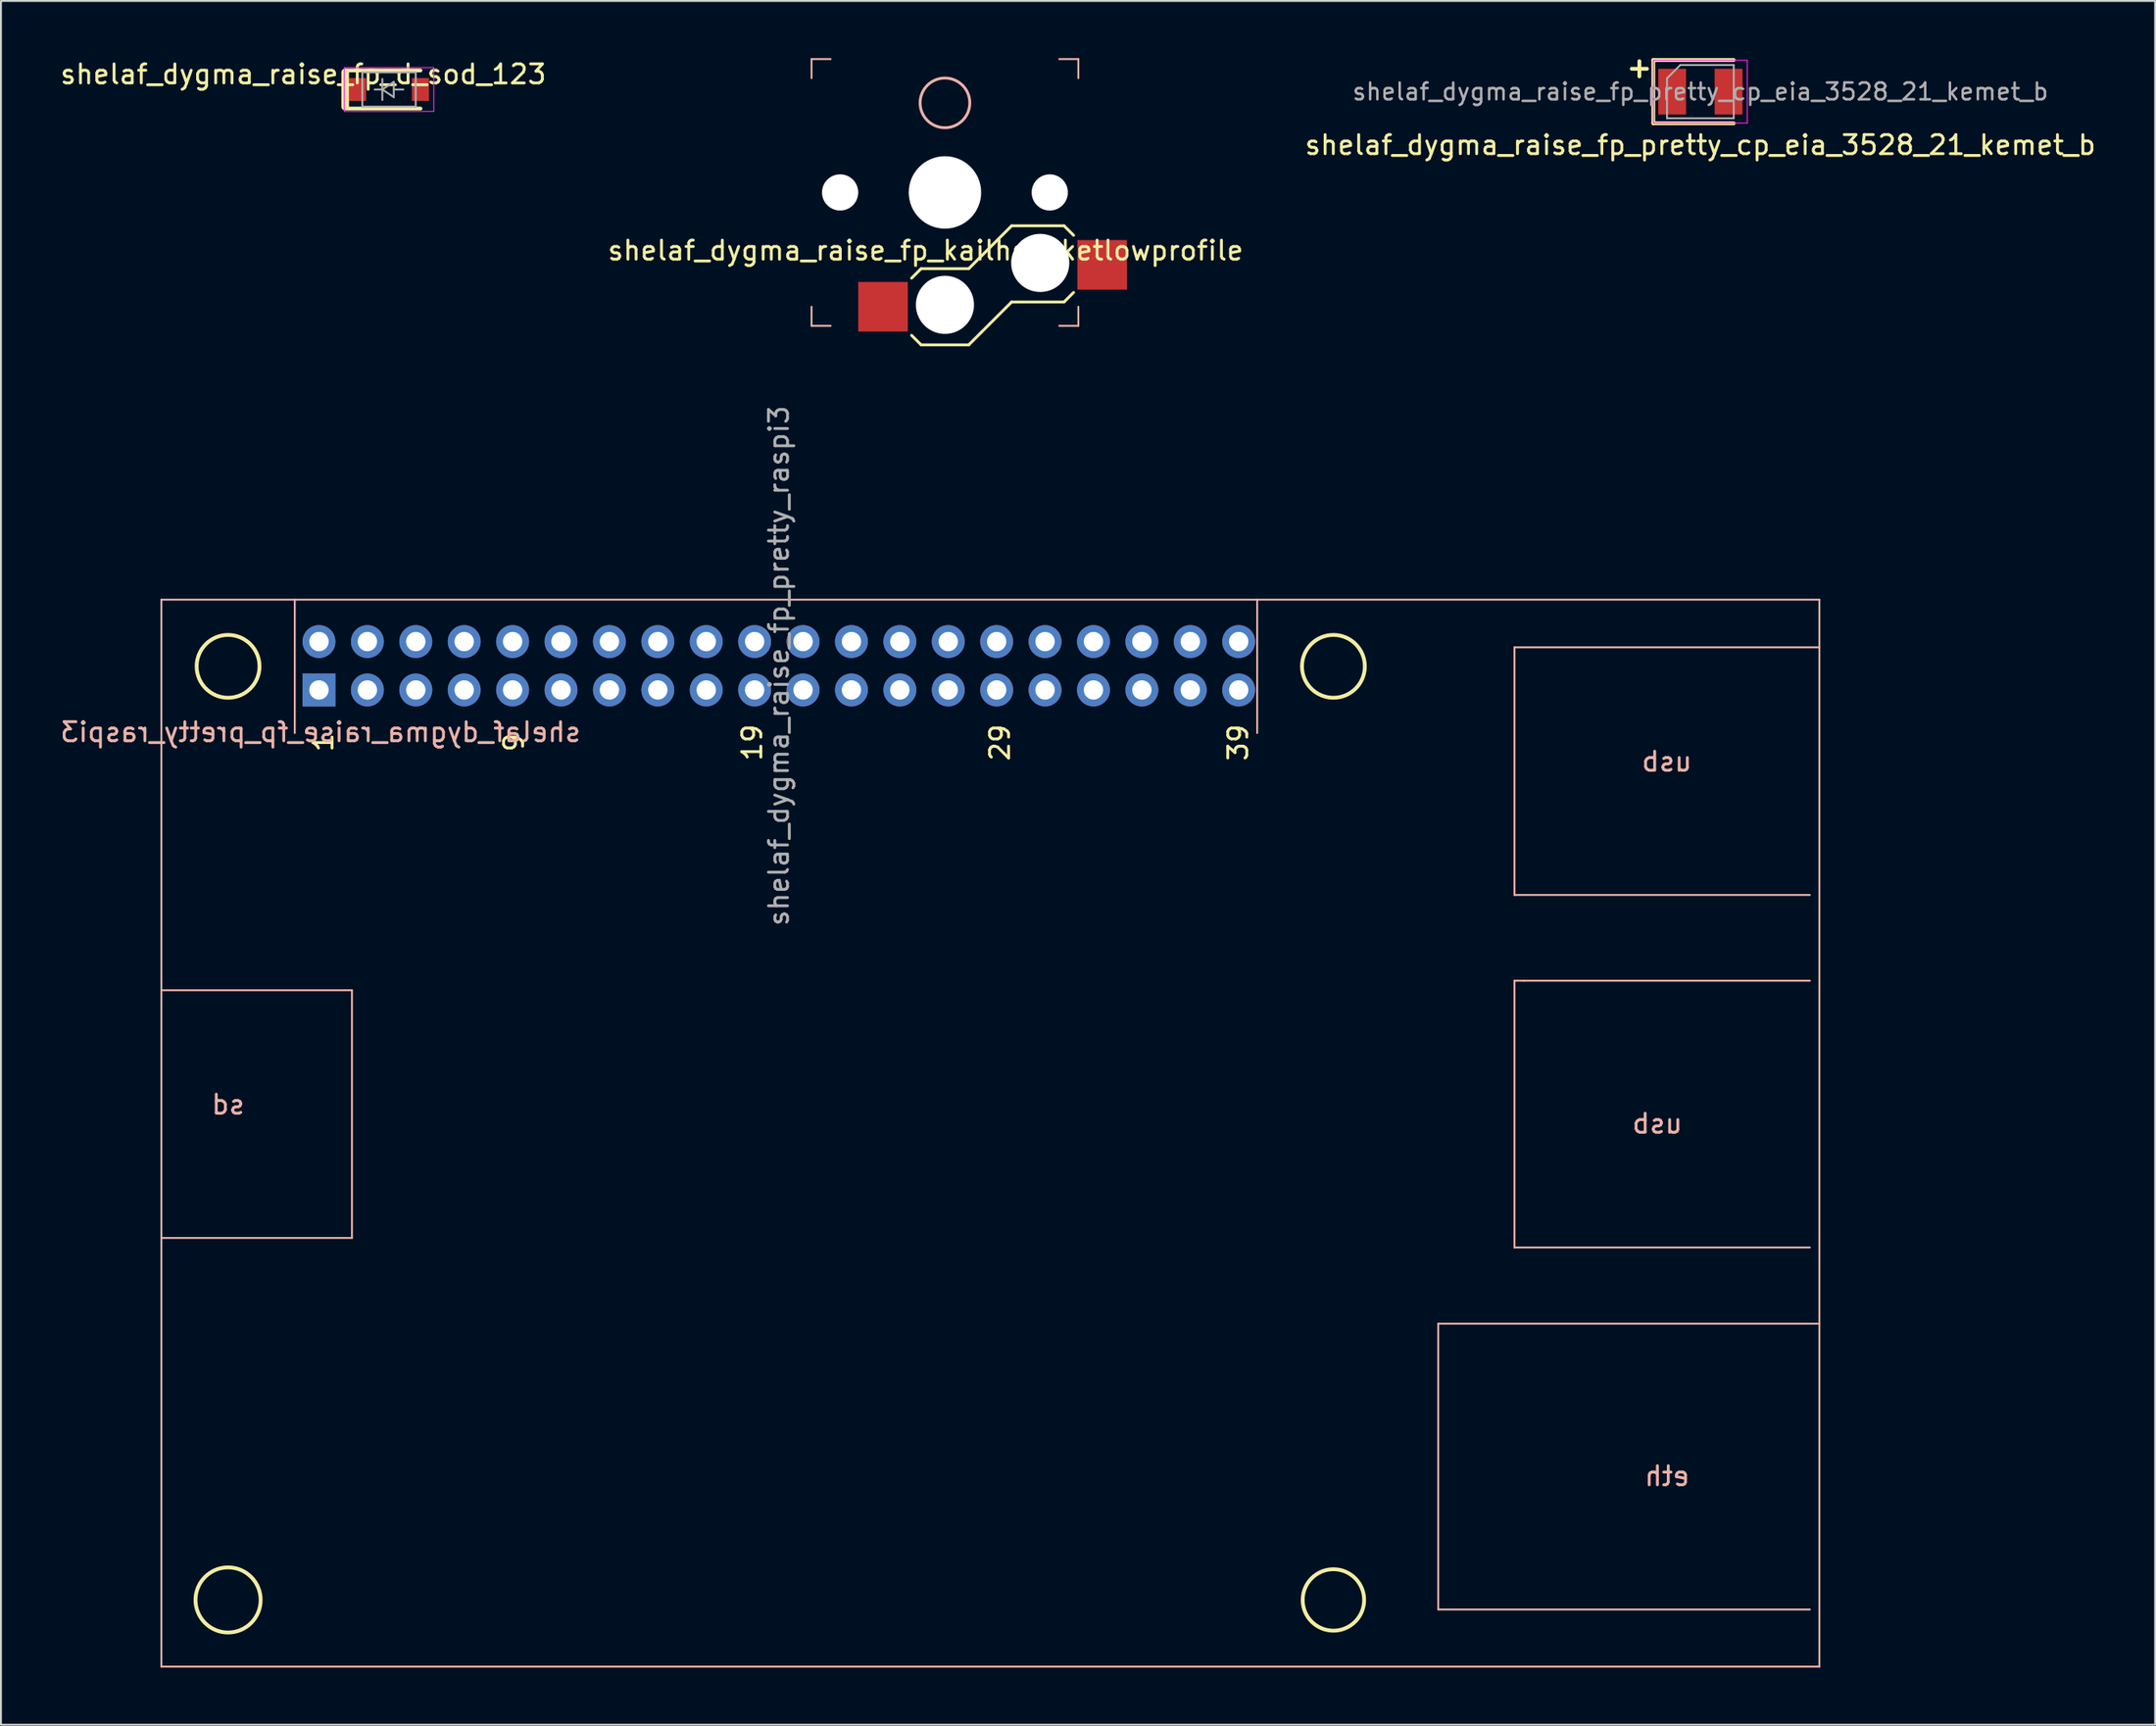
<source format=kicad_pcb>
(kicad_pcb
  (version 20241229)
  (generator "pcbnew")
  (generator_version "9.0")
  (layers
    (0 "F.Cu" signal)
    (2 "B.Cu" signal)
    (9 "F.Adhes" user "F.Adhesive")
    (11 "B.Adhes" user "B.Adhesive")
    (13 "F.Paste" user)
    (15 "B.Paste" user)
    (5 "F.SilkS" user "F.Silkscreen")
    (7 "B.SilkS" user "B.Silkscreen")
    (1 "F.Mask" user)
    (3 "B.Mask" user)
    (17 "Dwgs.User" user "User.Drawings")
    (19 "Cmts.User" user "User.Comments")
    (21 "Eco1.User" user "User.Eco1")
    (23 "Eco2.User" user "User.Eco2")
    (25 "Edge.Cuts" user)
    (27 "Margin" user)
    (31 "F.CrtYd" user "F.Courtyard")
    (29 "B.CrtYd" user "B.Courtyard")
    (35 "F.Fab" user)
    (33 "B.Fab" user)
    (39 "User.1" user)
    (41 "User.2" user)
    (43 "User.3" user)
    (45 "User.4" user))
  (footprint "shelaf_dygma_raise_fp_kailhsocketlowprofile"
    (layer "F.Cu")
    (at 46.534 7.05)
    (property "Reference" "shelaf_dygma_raise_fp_kailhsocketlowprofile" (at -1.016 3.048 0) (layer "F.SilkS") (effects (font (size 1 1) (thickness 0.15))))
    (attr smd)
    (fp_line (start -1.75 4.5) (end -1.25 4) (stroke (width 0.15) (type solid)) (layer "F.SilkS"))
    (fp_line (start -1.25 4) (end 1.25 4) (stroke (width 0.15) (type solid)) (layer "F.SilkS"))
    (fp_line (start -1.25 8) (end -1.75 7.5) (stroke (width 0.15) (type solid)) (layer "F.SilkS"))
    (fp_line (start 1.25 4) (end 3.5 1.75) (stroke (width 0.15) (type solid)) (layer "F.SilkS"))
    (fp_line (start 1.25 8) (end -1.25 8) (stroke (width 0.15) (type solid)) (layer "F.SilkS"))
    (fp_line (start 3.5 1.75) (end 6.25 1.75) (stroke (width 0.15) (type solid)) (layer "F.SilkS"))
    (fp_line (start 3.5 5.75) (end 1.25 8) (stroke (width 0.15) (type solid)) (layer "F.SilkS"))
    (fp_line (start 6.25 1.75) (end 6.75 2.25) (stroke (width 0.15) (type solid)) (layer "F.SilkS"))
    (fp_line (start 6.25 5.75) (end 3.5 5.75) (stroke (width 0.15) (type solid)) (layer "F.SilkS"))
    (fp_line (start 6.75 5.25) (end 6.25 5.75) (stroke (width 0.15) (type solid)) (layer "F.SilkS"))
    (fp_line (start -7 -7) (end -7 -6) (stroke (width 0.1) (type solid)) (layer "B.SilkS"))
    (fp_line (start -7 6) (end -7 7) (stroke (width 0.1) (type solid)) (layer "B.SilkS"))
    (fp_line (start -7 7) (end -6 7) (stroke (width 0.1) (type solid)) (layer "B.SilkS"))
    (fp_line (start -6 -7) (end -7 -7) (stroke (width 0.1) (type solid)) (layer "B.SilkS"))
    (fp_line (start 6 7) (end 7 7) (stroke (width 0.1) (type solid)) (layer "B.SilkS"))
    (fp_line (start 7 -7) (end 6 -7) (stroke (width 0.1) (type solid)) (layer "B.SilkS"))
    (fp_line (start 7 -6) (end 7 -7) (stroke (width 0.1) (type solid)) (layer "B.SilkS"))
    (fp_line (start 7 7) (end 7 6) (stroke (width 0.1) (type solid)) (layer "B.SilkS"))
    (fp_circle (center 0 -4.7) (end -0.7 -3.6) (stroke (width 0.15) (type solid)) (fill no) (layer "B.SilkS"))
    (pad "" np_thru_hole circle (at -5.5 0) (size 1.9 1.9) (drill 1.9) (layers "*.Cu" "*.Mask"))
    (pad "" np_thru_hole circle (at 0 0) (size 3.8 3.8) (drill 3.8) (layers "*.Cu" "*.Mask"))
    (pad "" np_thru_hole circle (at 0 5.9 180) (size 3.05 3.05) (drill 3.05) (layers "*.Cu" "*.Mask"))
    (pad "" np_thru_hole circle (at 5 3.7 180) (size 3.05 3.05) (drill 3.05) (layers "*.Cu" "*.Mask"))
    (pad "" np_thru_hole circle (at 5.5 0) (size 1.9 1.9) (drill 1.9) (layers "*.Cu" "*.Mask"))
    (pad "1" smd rect (at 8.25 3.8 180) (size 2.6 2.6) (layers "F.Cu" "F.Mask" "F.Paste"))
    (pad "2" smd rect (at -3.25 6 180) (size 2.6 2.6) (layers "F.Cu" "F.Mask" "F.Paste")))
  (footprint "shelaf_dygma_raise_fp_pretty_cp_eia_3528_21_kemet_b"
    (layer "F.Cu")
    (at 86.173 1.76)
    (property "Reference" "shelaf_dygma_raise_fp_pretty_cp_eia_3528_21_kemet_b" (at 0 2.8 0) (layer "F.SilkS") (effects (font (size 1 1) (thickness 0.15))))
    (attr smd)
    (fp_line (start -3.6 -1.2) (end -2.8 -1.2) (stroke (width 0.2) (type solid)) (layer "F.SilkS"))
    (fp_line (start -3.2 -1.6) (end -3.2 -0.8) (stroke (width 0.2) (type solid)) (layer "F.SilkS"))
    (fp_line (start -2.47 -1.66) (end -2.47 1.66) (stroke (width 0.2) (type solid)) (layer "F.SilkS"))
    (fp_line (start -2.47 1.66) (end 1.75 1.66) (stroke (width 0.2) (type solid)) (layer "F.SilkS"))
    (fp_line (start 1.75 -1.66) (end -2.47 -1.66) (stroke (width 0.2) (type solid)) (layer "F.SilkS"))
    (fp_line (start -2.46 -1.65) (end 2.46 -1.65) (stroke (width 0.05) (type solid)) (layer "F.CrtYd"))
    (fp_line (start -2.46 1.65) (end -2.46 -1.65) (stroke (width 0.05) (type solid)) (layer "F.CrtYd"))
    (fp_line (start 2.46 -1.65) (end 2.46 1.65) (stroke (width 0.05) (type solid)) (layer "F.CrtYd"))
    (fp_line (start 2.46 1.65) (end -2.46 1.65) (stroke (width 0.05) (type solid)) (layer "F.CrtYd"))
    (fp_line (start -1.75 -0.7) (end -1.75 1.4) (stroke (width 0.1) (type solid)) (layer "F.Fab"))
    (fp_line (start -1.75 1.4) (end 1.75 1.4) (stroke (width 0.1) (type solid)) (layer "F.Fab"))
    (fp_line (start -1.05 -1.4) (end -1.75 -0.7) (stroke (width 0.1) (type solid)) (layer "F.Fab"))
    (fp_line (start 1.75 -1.4) (end -1.05 -1.4) (stroke (width 0.1) (type solid)) (layer "F.Fab"))
    (fp_line (start 1.75 1.4) (end 1.75 -1.4) (stroke (width 0.1) (type solid)) (layer "F.Fab"))
    (fp_text user "${REFERENCE}" (at 0 0 0) (layer "F.Fab") (effects (font (size 0.88 0.88) (thickness 0.13))))
    (pad "1" smd rect (at -1.48 0) (size 1.46 2.4) (layers "F.Cu" "F.Mask" "F.Paste"))
    (pad "2" smd rect (at 1.48 0) (size 1.46 2.4) (layers "F.Cu" "F.Mask" "F.Paste")))
  (footprint "shelaf_dygma_raise_fp_d_sod_123"
    (layer "F.Cu")
    (at 17.363 1.648)
    (property "Reference" "shelaf_dygma_raise_fp_d_sod_123" (at -4.5 -0.8 0) (layer "F.SilkS") (effects (font (size 1 1) (thickness 0.15))))
    (attr smd)
    (fp_line (start -2.3 -0.9) (end -2.3 0.9) (stroke (width 0.4) (type solid)) (layer "F.SilkS"))
    (fp_line (start -2.25 -1) (end 1.65 -1) (stroke (width 0.2) (type solid)) (layer "F.SilkS"))
    (fp_line (start -2.25 1) (end 1.65 1) (stroke (width 0.2) (type solid)) (layer "F.SilkS"))
    (fp_line (start -2.35 -1.15) (end -2.35 1.15) (stroke (width 0.05) (type solid)) (layer "F.CrtYd"))
    (fp_line (start -2.35 -1.15) (end 2.35 -1.15) (stroke (width 0.05) (type solid)) (layer "F.CrtYd"))
    (fp_line (start 2.35 -1.15) (end 2.35 1.15) (stroke (width 0.05) (type solid)) (layer "F.CrtYd"))
    (fp_line (start 2.35 1.15) (end -2.35 1.15) (stroke (width 0.05) (type solid)) (layer "F.CrtYd"))
    (fp_line (start -1.4 -0.9) (end 1.4 -0.9) (stroke (width 0.1) (type solid)) (layer "F.Fab"))
    (fp_line (start -1.4 0.9) (end -1.4 -0.9) (stroke (width 0.1) (type solid)) (layer "F.Fab"))
    (fp_line (start -0.75 0) (end -0.35 0) (stroke (width 0.1) (type solid)) (layer "F.Fab"))
    (fp_line (start -0.35 0) (end -0.35 -0.55) (stroke (width 0.1) (type solid)) (layer "F.Fab"))
    (fp_line (start -0.35 0) (end -0.35 0.55) (stroke (width 0.1) (type solid)) (layer "F.Fab"))
    (fp_line (start -0.35 0) (end 0.25 -0.4) (stroke (width 0.1) (type solid)) (layer "F.Fab"))
    (fp_line (start 0.25 -0.4) (end 0.25 0.4) (stroke (width 0.1) (type solid)) (layer "F.Fab"))
    (fp_line (start 0.25 0) (end 0.75 0) (stroke (width 0.1) (type solid)) (layer "F.Fab"))
    (fp_line (start 0.25 0.4) (end -0.35 0) (stroke (width 0.1) (type solid)) (layer "F.Fab"))
    (fp_line (start 1.4 -0.9) (end 1.4 0.9) (stroke (width 0.1) (type solid)) (layer "F.Fab"))
    (fp_line (start 1.4 0.9) (end -1.4 0.9) (stroke (width 0.1) (type solid)) (layer "F.Fab"))
    (pad "1" smd rect (at -1.65 0) (size 0.9 1.2) (layers "F.Cu" "F.Mask" "F.Paste"))
    (pad "2" smd rect (at 1.65 0) (size 0.9 1.2) (layers "F.Cu" "F.Mask" "F.Paste")))
  (footprint "shelaf_dygma_raise_fp_pretty_raspi3"
    (layer "F.Cu")
    (at 8.918 31.923)
    (property "Reference" "shelaf_dygma_raise_fp_pretty_raspi3" (at 4.85 3.45 0) (layer "B.SilkS") (effects (font (size 1 1) (thickness 0.15)) (justify mirror)))
    (attr through_hole)
    (fp_circle (center 0 0) (end 0.4 1.6) (stroke (width 0.2) (type solid)) (fill no) (layer "F.SilkS"))
    (fp_circle (center 0 49) (end 0.6 50.6) (stroke (width 0.2) (type solid)) (fill no) (layer "F.SilkS"))
    (fp_circle (center 58 0) (end 58.4 1.6) (stroke (width 0.2) (type solid)) (fill no) (layer "F.SilkS"))
    (fp_circle (center 58 49) (end 58.2 50.6) (stroke (width 0.2) (type solid)) (fill no) (layer "F.SilkS"))
    (fp_line (start -3.5 -3.5) (end 83.5 -3.5) (stroke (width 0.1) (type solid)) (layer "B.SilkS"))
    (fp_line (start -3.5 17) (end 6.5 17) (stroke (width 0.1) (type solid)) (layer "B.SilkS"))
    (fp_line (start -3.5 52.5) (end -3.5 -3.5) (stroke (width 0.1) (type solid)) (layer "B.SilkS"))
    (fp_line (start 3.5 -3.5) (end 3.5 3.5) (stroke (width 0.1) (type solid)) (layer "B.SilkS"))
    (fp_line (start 6.5 17) (end 6.5 30) (stroke (width 0.1) (type solid)) (layer "B.SilkS"))
    (fp_line (start 6.5 30) (end -3.5 30) (stroke (width 0.1) (type solid)) (layer "B.SilkS"))
    (fp_line (start 54 -3.5) (end 54 3.5) (stroke (width 0.1) (type solid)) (layer "B.SilkS"))
    (fp_line (start 63.5 34.5) (end 63.5 49.5) (stroke (width 0.1) (type solid)) (layer "B.SilkS"))
    (fp_line (start 63.5 49.5) (end 83 49.5) (stroke (width 0.1) (type solid)) (layer "B.SilkS"))
    (fp_line (start 67.5 -1) (end 67.5 12) (stroke (width 0.1) (type solid)) (layer "B.SilkS"))
    (fp_line (start 67.5 12) (end 83 12) (stroke (width 0.1) (type solid)) (layer "B.SilkS"))
    (fp_line (start 67.5 16.5) (end 67.5 30.5) (stroke (width 0.1) (type solid)) (layer "B.SilkS"))
    (fp_line (start 67.5 30.5) (end 83 30.5) (stroke (width 0.1) (type solid)) (layer "B.SilkS"))
    (fp_line (start 68 16.5) (end 67.5 16.5) (stroke (width 0.1) (type solid)) (layer "B.SilkS"))
    (fp_line (start 83 16.5) (end 68 16.5) (stroke (width 0.1) (type solid)) (layer "B.SilkS"))
    (fp_line (start 83.5 -3.5) (end 83.5 52.5) (stroke (width 0.1) (type solid)) (layer "B.SilkS"))
    (fp_line (start 83.5 -1) (end 67.5 -1) (stroke (width 0.1) (type solid)) (layer "B.SilkS"))
    (fp_line (start 83.5 34.5) (end 63.5 34.5) (stroke (width 0.1) (type solid)) (layer "B.SilkS"))
    (fp_line (start 83.5 52.5) (end -3.5 52.5) (stroke (width 0.1) (type solid)) (layer "B.SilkS"))
    (fp_text user "9" (at 15 4 90) (layer "F.SilkS") (effects (font (size 1 1) (thickness 0.15))))
    (fp_text user "39" (at 53 4 90) (layer "F.SilkS") (effects (font (size 1 1) (thickness 0.15))))
    (fp_text user "19" (at 27.5 4 90) (layer "F.SilkS") (effects (font (size 1 1) (thickness 0.15))))
    (fp_text user "1" (at 5 4 90) (layer "F.SilkS") (effects (font (size 1 1) (thickness 0.15))))
    (fp_text user "29" (at 40.5 4 90) (layer "F.SilkS") (effects (font (size 1 1) (thickness 0.15))))
    (fp_text user "usb" (at 75 24 0) (layer "B.SilkS") (effects (font (size 1 1) (thickness 0.15)) (justify mirror)))
    (fp_text user "usb" (at 75.5 5 0) (layer "B.SilkS") (effects (font (size 1 1) (thickness 0.15)) (justify mirror)))
    (fp_text user "sd" (at 0 23 0) (layer "B.SilkS") (effects (font (size 1 1) (thickness 0.15)) (justify mirror)))
    (fp_text user "eth" (at 75.5 42.5 0) (layer "B.SilkS") (effects (font (size 1 1) (thickness 0.15)) (justify mirror)))
    (fp_text user "${REFERENCE}" (at 28.9 -0.03 90) (layer "F.Fab") (effects (font (size 1 1) (thickness 0.15))))
    (pad "1" thru_hole rect (at 4.77 1.24 90) (size 1.727 1.727) (drill 1.016) (layers "*.Cu" "*.Mask"))
    (pad "2" thru_hole oval (at 4.77 -1.3 90) (size 1.727 1.727) (drill 1.016) (layers "*.Cu" "*.Mask"))
    (pad "3" thru_hole oval (at 7.31 1.24 90) (size 1.727 1.727) (drill 1.016) (layers "*.Cu" "*.Mask"))
    (pad "4" thru_hole oval (at 7.31 -1.3 90) (size 1.727 1.727) (drill 1.016) (layers "*.Cu" "*.Mask"))
    (pad "5" thru_hole oval (at 9.85 1.24 90) (size 1.727 1.727) (drill 1.016) (layers "*.Cu" "*.Mask"))
    (pad "6" thru_hole oval (at 9.85 -1.3 90) (size 1.727 1.727) (drill 1.016) (layers "*.Cu" "*.Mask"))
    (pad "7" thru_hole oval (at 12.39 1.24 90) (size 1.727 1.727) (drill 1.016) (layers "*.Cu" "*.Mask"))
    (pad "8" thru_hole oval (at 12.39 -1.3 90) (size 1.727 1.727) (drill 1.016) (layers "*.Cu" "*.Mask"))
    (pad "9" thru_hole oval (at 14.93 1.24 90) (size 1.727 1.727) (drill 1.016) (layers "*.Cu" "*.Mask"))
    (pad "10" thru_hole oval (at 14.93 -1.3 90) (size 1.727 1.727) (drill 1.016) (layers "*.Cu" "*.Mask"))
    (pad "11" thru_hole oval (at 17.47 1.24 90) (size 1.727 1.727) (drill 1.016) (layers "*.Cu" "*.Mask"))
    (pad "12" thru_hole oval (at 17.47 -1.3 90) (size 1.727 1.727) (drill 1.016) (layers "*.Cu" "*.Mask"))
    (pad "13" thru_hole oval (at 20.01 1.24 90) (size 1.727 1.727) (drill 1.016) (layers "*.Cu" "*.Mask"))
    (pad "14" thru_hole oval (at 20.01 -1.3 90) (size 1.727 1.727) (drill 1.016) (layers "*.Cu" "*.Mask"))
    (pad "15" thru_hole oval (at 22.55 1.24 90) (size 1.727 1.727) (drill 1.016) (layers "*.Cu" "*.Mask"))
    (pad "16" thru_hole oval (at 22.55 -1.3 90) (size 1.727 1.727) (drill 1.016) (layers "*.Cu" "*.Mask"))
    (pad "17" thru_hole oval (at 25.09 1.24 90) (size 1.727 1.727) (drill 1.016) (layers "*.Cu" "*.Mask"))
    (pad "18" thru_hole oval (at 25.09 -1.3 90) (size 1.727 1.727) (drill 1.016) (layers "*.Cu" "*.Mask"))
    (pad "19" thru_hole oval (at 27.63 1.24 90) (size 1.727 1.727) (drill 1.016) (layers "*.Cu" "*.Mask"))
    (pad "20" thru_hole oval (at 27.63 -1.3 90) (size 1.727 1.727) (drill 1.016) (layers "*.Cu" "*.Mask"))
    (pad "21" thru_hole oval (at 30.17 1.24 90) (size 1.727 1.727) (drill 1.016) (layers "*.Cu" "*.Mask"))
    (pad "22" thru_hole oval (at 30.17 -1.3 90) (size 1.727 1.727) (drill 1.016) (layers "*.Cu" "*.Mask"))
    (pad "23" thru_hole oval (at 32.71 1.24 90) (size 1.727 1.727) (drill 1.016) (layers "*.Cu" "*.Mask"))
    (pad "24" thru_hole oval (at 32.71 -1.3 90) (size 1.727 1.727) (drill 1.016) (layers "*.Cu" "*.Mask"))
    (pad "25" thru_hole oval (at 35.25 1.24 90) (size 1.727 1.727) (drill 1.016) (layers "*.Cu" "*.Mask"))
    (pad "26" thru_hole oval (at 35.25 -1.3 90) (size 1.727 1.727) (drill 1.016) (layers "*.Cu" "*.Mask"))
    (pad "27" thru_hole oval (at 37.79 1.24 90) (size 1.727 1.727) (drill 1.016) (layers "*.Cu" "*.Mask"))
    (pad "28" thru_hole oval (at 37.79 -1.3 90) (size 1.727 1.727) (drill 1.016) (layers "*.Cu" "*.Mask"))
    (pad "29" thru_hole oval (at 40.33 1.24 90) (size 1.727 1.727) (drill 1.016) (layers "*.Cu" "*.Mask"))
    (pad "30" thru_hole oval (at 40.33 -1.3 90) (size 1.727 1.727) (drill 1.016) (layers "*.Cu" "*.Mask"))
    (pad "31" thru_hole oval (at 42.87 1.24 90) (size 1.727 1.727) (drill 1.016) (layers "*.Cu" "*.Mask"))
    (pad "32" thru_hole oval (at 42.87 -1.3 90) (size 1.727 1.727) (drill 1.016) (layers "*.Cu" "*.Mask"))
    (pad "33" thru_hole oval (at 45.41 1.24 90) (size 1.727 1.727) (drill 1.016) (layers "*.Cu" "*.Mask"))
    (pad "34" thru_hole oval (at 45.41 -1.3 90) (size 1.727 1.727) (drill 1.016) (layers "*.Cu" "*.Mask"))
    (pad "35" thru_hole oval (at 47.95 1.24 90) (size 1.727 1.727) (drill 1.016) (layers "*.Cu" "*.Mask"))
    (pad "36" thru_hole oval (at 47.95 -1.3 90) (size 1.727 1.727) (drill 1.016) (layers "*.Cu" "*.Mask"))
    (pad "37" thru_hole oval (at 50.49 1.24 90) (size 1.727 1.727) (drill 1.016) (layers "*.Cu" "*.Mask"))
    (pad "38" thru_hole oval (at 50.49 -1.3 90) (size 1.727 1.727) (drill 1.016) (layers "*.Cu" "*.Mask"))
    (pad "39" thru_hole oval (at 53.03 1.24 90) (size 1.727 1.727) (drill 1.016) (layers "*.Cu" "*.Mask"))
    (pad "40" thru_hole oval (at 53.03 -1.3 90) (size 1.727 1.727) (drill 1.016) (layers "*.Cu" "*.Mask")))
  (gr_rect
    (start -3 -3)
    (end 110.036 87.473)
    (stroke (width 0.1) (type default))
    (fill no)
    (layer "Edge.Cuts")))
</source>
